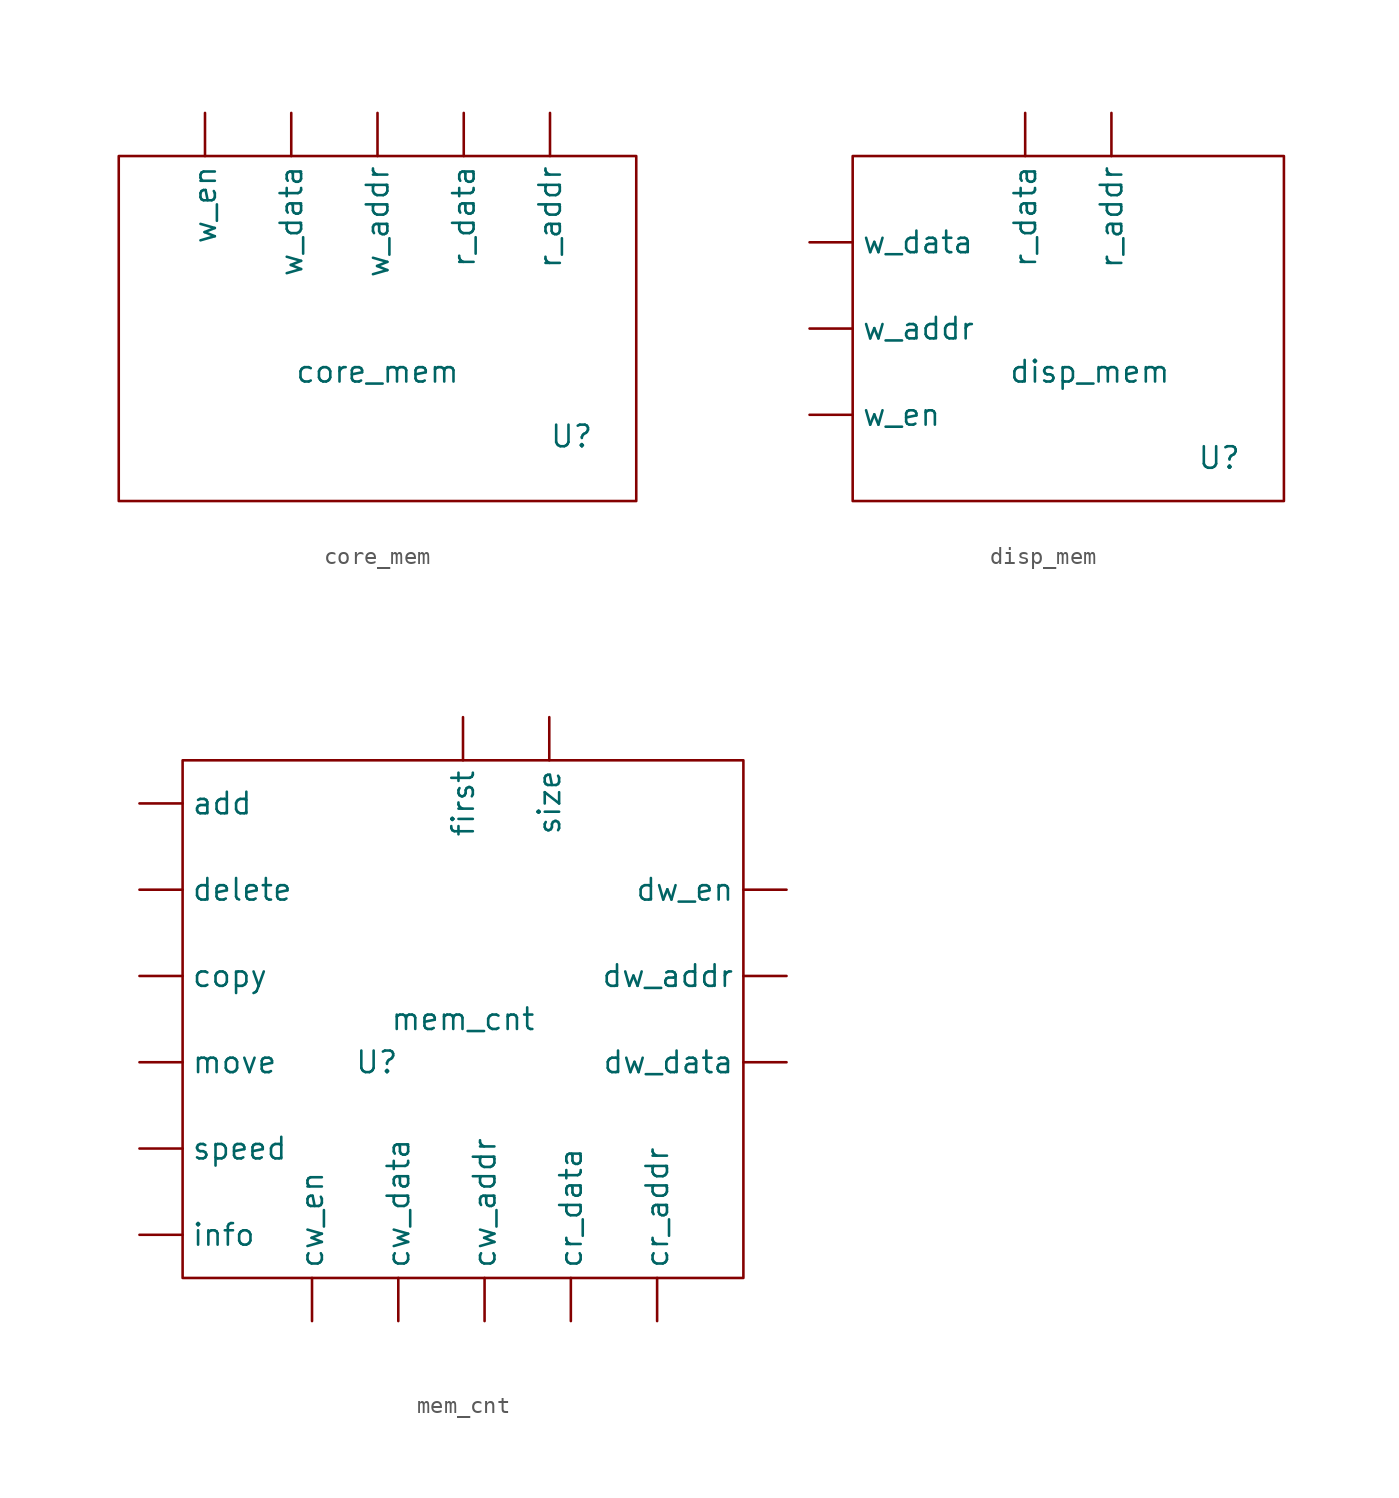
<source format=kicad_sym>
(kicad_symbol_lib
  (version 20211014)
  (generator kicad_symbol_editor)
  (symbol "core_mem"
    (property "Reference" "U"
      (at 30.48 6.35 0)
      (effects (font (size 1.27 1.27))))
    (property "Value" "core_mem"
      (at 19.05 10.16 0)
      (effects (font (size 1.27 1.27))))
    (symbol "core_mem_0_1"
      (rectangle (start 3.81 22.86) (end 34.29 2.54) (stroke (width 0) (type default) (color 0 0 0 0)) (fill (type none))))
    (symbol "core_mem_1_1"
      (pin input line (at 29.21 25.4 270) (length 2.54) (name "r_addr" (effects (font (size 1.27 1.27)))) (number "" (effects (font (size 1.27 1.27)))))
      (pin output line (at 24.13 25.4 270) (length 2.54) (name "r_data" (effects (font (size 1.27 1.27)))) (number "" (effects (font (size 1.27 1.27)))))
      (pin input line (at 19.05 25.4 270) (length 2.54) (name "w_addr" (effects (font (size 1.27 1.27)))) (number "" (effects (font (size 1.27 1.27)))))
      (pin input line (at 13.97 25.4 270) (length 2.54) (name "w_data" (effects (font (size 1.27 1.27)))) (number "" (effects (font (size 1.27 1.27)))))
      (pin input line (at 8.89 25.4 270) (length 2.54) (name "w_en" (effects (font (size 1.27 1.27)))) (number "" (effects (font (size 1.27 1.27)))))))
  (symbol "disp_mem"
    (property "Reference" "U"
      (at 25.4 5.08 0)
      (effects (font (size 1.27 1.27))))
    (property "Value" "disp_mem"
      (at 17.78 10.16 0)
      (effects (font (size 1.27 1.27))))
    (symbol "disp_mem_0_1"
      (rectangle (start 3.81 22.86) (end 29.21 2.54) (stroke (width 0) (type default) (color 0 0 0 0)) (fill (type none))))
    (symbol "disp_mem_1_1"
      (pin input line (at 19.05 25.4 270) (length 2.54) (name "r_addr" (effects (font (size 1.27 1.27)))) (number "" (effects (font (size 1.27 1.27)))))
      (pin output line (at 13.97 25.4 270) (length 2.54) (name "r_data" (effects (font (size 1.27 1.27)))) (number "" (effects (font (size 1.27 1.27)))))
      (pin input line (at 1.27 12.7 0) (length 2.54) (name "w_addr" (effects (font (size 1.27 1.27)))) (number "" (effects (font (size 1.27 1.27)))))
      (pin input line (at 1.27 17.78 0) (length 2.54) (name "w_data" (effects (font (size 1.27 1.27)))) (number "" (effects (font (size 1.27 1.27)))))
      (pin input line (at 1.27 7.62 0) (length 2.54) (name "w_en" (effects (font (size 1.27 1.27)))) (number "" (effects (font (size 1.27 1.27)))))))
  (symbol "mem_cnt"
    (property "Reference" "U"
      (at 16.51 21.59 0)
      (effects (font (size 1.27 1.27))))
    (property "Value" "mem_cnt"
      (at 21.59 24.13 0)
      (effects (font (size 1.27 1.27))))
    (symbol "mem_cnt_0_1"
      (rectangle (start 5.08 39.37) (end 38.1 8.89) (stroke (width 0) (type default) (color 0 0 0 0)) (fill (type none))))
    (symbol "mem_cnt_1_1"
      (pin input line (at 2.54 36.83 0) (length 2.54) (name "add" (effects (font (size 1.27 1.27)))) (number "" (effects (font (size 1.27 1.27)))))
      (pin input line (at 2.54 26.67 0) (length 2.54) (name "copy" (effects (font (size 1.27 1.27)))) (number "" (effects (font (size 1.27 1.27)))))
      (pin output line (at 33.02 6.35 90) (length 2.54) (name "cr_addr" (effects (font (size 1.27 1.27)))) (number "" (effects (font (size 1.27 1.27)))))
      (pin input line (at 27.94 6.35 90) (length 2.54) (name "cr_data" (effects (font (size 1.27 1.27)))) (number "" (effects (font (size 1.27 1.27)))))
      (pin output line (at 22.86 6.35 90) (length 2.54) (name "cw_addr" (effects (font (size 1.27 1.27)))) (number "" (effects (font (size 1.27 1.27)))))
      (pin output line (at 17.78 6.35 90) (length 2.54) (name "cw_data" (effects (font (size 1.27 1.27)))) (number "" (effects (font (size 1.27 1.27)))))
      (pin output line (at 12.7 6.35 90) (length 2.54) (name "cw_en" (effects (font (size 1.27 1.27)))) (number "" (effects (font (size 1.27 1.27)))))
      (pin input line (at 2.54 31.75 0) (length 2.54) (name "delete" (effects (font (size 1.27 1.27)))) (number "" (effects (font (size 1.27 1.27)))))
      (pin output line (at 40.64 26.67 180) (length 2.54) (name "dw_addr" (effects (font (size 1.27 1.27)))) (number "" (effects (font (size 1.27 1.27)))))
      (pin output line (at 40.64 21.59 180) (length 2.54) (name "dw_data" (effects (font (size 1.27 1.27)))) (number "" (effects (font (size 1.27 1.27)))))
      (pin output line (at 40.64 31.75 180) (length 2.54) (name "dw_en" (effects (font (size 1.27 1.27)))) (number "" (effects (font (size 1.27 1.27)))))
      (pin output line (at 21.59 41.91 270) (length 2.54) (name "first" (effects (font (size 1.27 1.27)))) (number "" (effects (font (size 1.27 1.27)))))
      (pin input line (at 2.54 11.43 0) (length 2.54) (name "info" (effects (font (size 1.27 1.27)))) (number "" (effects (font (size 1.27 1.27)))))
      (pin input line (at 2.54 21.59 0) (length 2.54) (name "move" (effects (font (size 1.27 1.27)))) (number "" (effects (font (size 1.27 1.27)))))
      (pin output line (at 26.67 41.91 270) (length 2.54) (name "size" (effects (font (size 1.27 1.27)))) (number "" (effects (font (size 1.27 1.27)))))
      (pin input line (at 2.54 16.51 0) (length 2.54) (name "speed" (effects (font (size 1.27 1.27)))) (number "" (effects (font (size 1.27 1.27))))))))
</source>
